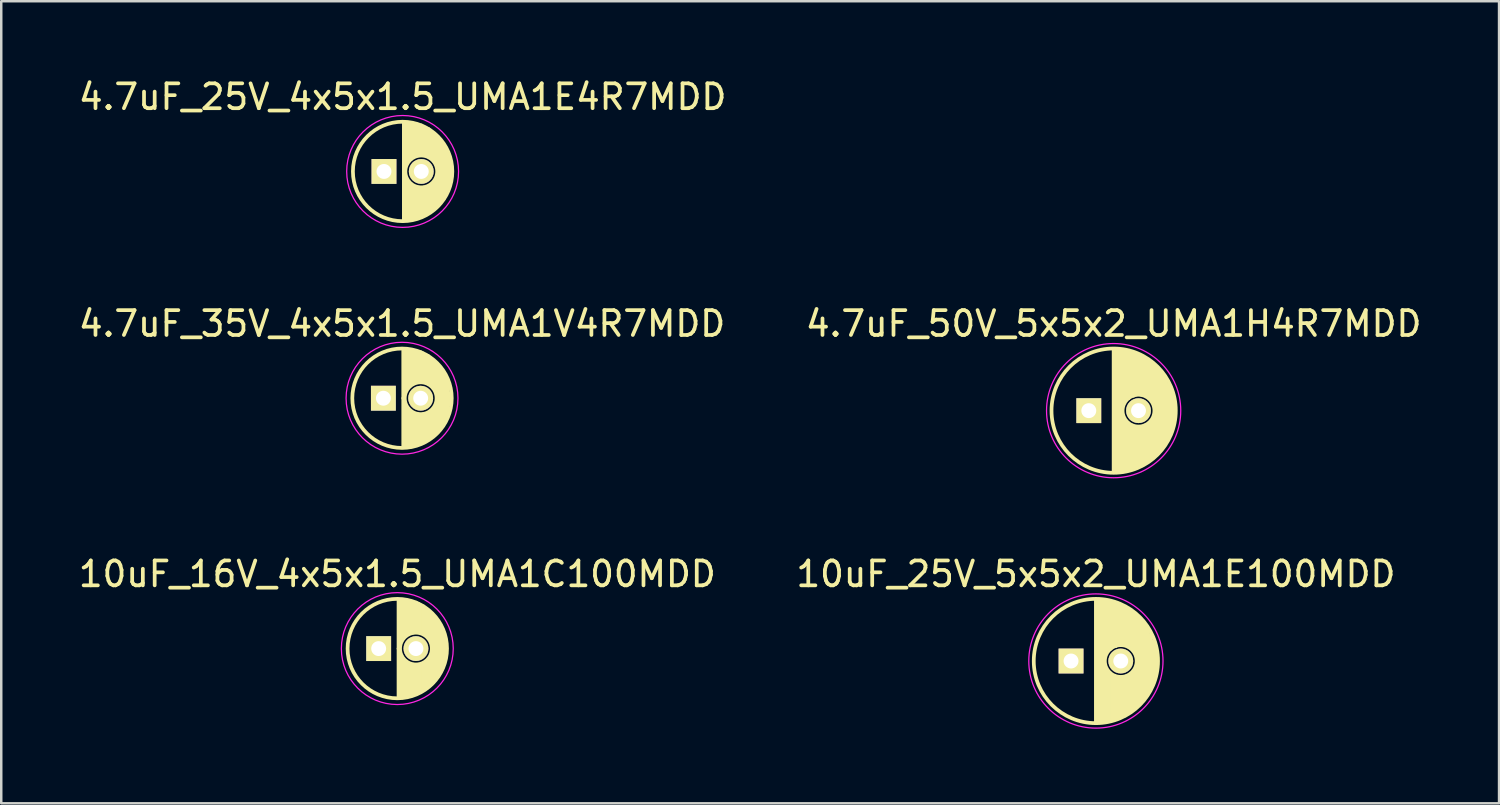
<source format=kicad_pcb>
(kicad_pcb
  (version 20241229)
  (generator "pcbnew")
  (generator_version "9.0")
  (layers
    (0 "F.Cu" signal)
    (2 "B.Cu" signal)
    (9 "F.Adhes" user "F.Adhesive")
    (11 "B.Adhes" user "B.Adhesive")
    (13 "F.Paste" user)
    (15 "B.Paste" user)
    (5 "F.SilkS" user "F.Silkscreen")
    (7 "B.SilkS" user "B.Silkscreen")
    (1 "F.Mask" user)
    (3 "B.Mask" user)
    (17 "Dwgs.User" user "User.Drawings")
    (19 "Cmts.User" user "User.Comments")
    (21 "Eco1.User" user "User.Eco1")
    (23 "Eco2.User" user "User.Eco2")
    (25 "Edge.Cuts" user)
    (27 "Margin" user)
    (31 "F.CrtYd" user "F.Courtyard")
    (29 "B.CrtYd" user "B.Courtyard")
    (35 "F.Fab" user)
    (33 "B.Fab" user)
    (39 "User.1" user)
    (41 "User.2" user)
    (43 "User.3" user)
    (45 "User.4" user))
  (footprint "4.7uF_25V_4x5x1.5_UMA1E4R7MDD"
    (layer "F.Cu")
    (at 13.149 3.848)
    (property "Reference" "4.7uF_25V_4x5x1.5_UMA1E4R7MDD" (at 0 -3 0) (layer "F.SilkS") (effects (font (size 1 1) (thickness 0.15))))
    (attr through_hole)
    (fp_line (start 0.05 0) (end 0.05 -1.95) (stroke (width 0.15) (type solid)) (layer "F.SilkS"))
    (fp_line (start 0.05 0) (end 0.05 1.95) (stroke (width 0.15) (type solid)) (layer "F.SilkS"))
    (fp_line (start 0.15 -1.95) (end 0.15 -0.35) (stroke (width 0.15) (type solid)) (layer "F.SilkS"))
    (fp_line (start 0.15 0.3) (end 0.15 1.95) (stroke (width 0.15) (type solid)) (layer "F.SilkS"))
    (fp_line (start 0.25 -0.5) (end 0.25 -1.9) (stroke (width 0.15) (type solid)) (layer "F.SilkS"))
    (fp_line (start 0.25 1.95) (end 0.25 0.45) (stroke (width 0.15) (type solid)) (layer "F.SilkS"))
    (fp_line (start 0.35 -1.95) (end 0.35 -0.55) (stroke (width 0.15) (type solid)) (layer "F.SilkS"))
    (fp_line (start 0.35 0.55) (end 0.35 1.95) (stroke (width 0.15) (type solid)) (layer "F.SilkS"))
    (fp_line (start 0.45 -0.6) (end 0.45 -1.9) (stroke (width 0.15) (type solid)) (layer "F.SilkS"))
    (fp_line (start 0.45 1.9) (end 0.45 0.6) (stroke (width 0.15) (type solid)) (layer "F.SilkS"))
    (fp_line (start 0.55 -1.9) (end 0.55 -0.7) (stroke (width 0.15) (type solid)) (layer "F.SilkS"))
    (fp_line (start 0.55 0.65) (end 0.55 1.85) (stroke (width 0.15) (type solid)) (layer "F.SilkS"))
    (fp_line (start 0.65 -0.65) (end 0.65 -1.85) (stroke (width 0.15) (type solid)) (layer "F.SilkS"))
    (fp_line (start 0.65 1.85) (end 0.65 0.65) (stroke (width 0.15) (type solid)) (layer "F.SilkS"))
    (fp_line (start 0.75 -1.85) (end 0.75 -0.7) (stroke (width 0.15) (type solid)) (layer "F.SilkS"))
    (fp_line (start 0.75 1.8) (end 0.75 0.7) (stroke (width 0.15) (type solid)) (layer "F.SilkS"))
    (fp_line (start 0.85 -1.8) (end 0.85 -0.7) (stroke (width 0.15) (type solid)) (layer "F.SilkS"))
    (fp_line (start 0.85 0.65) (end 0.85 1.75) (stroke (width 0.15) (type solid)) (layer "F.SilkS"))
    (fp_line (start 0.95 -0.65) (end 0.95 -1.7) (stroke (width 0.15) (type solid)) (layer "F.SilkS"))
    (fp_line (start 0.95 1.7) (end 0.95 0.7) (stroke (width 0.15) (type solid)) (layer "F.SilkS"))
    (fp_line (start 1.05 -1.7) (end 1.05 -0.6) (stroke (width 0.15) (type solid)) (layer "F.SilkS"))
    (fp_line (start 1.05 0.6) (end 1.05 1.65) (stroke (width 0.15) (type solid)) (layer "F.SilkS"))
    (fp_line (start 1.15 -0.55) (end 1.15 -1.6) (stroke (width 0.15) (type solid)) (layer "F.SilkS"))
    (fp_line (start 1.15 1.6) (end 1.15 0.55) (stroke (width 0.15) (type solid)) (layer "F.SilkS"))
    (fp_line (start 1.25 -1.5) (end 1.25 -0.5) (stroke (width 0.15) (type solid)) (layer "F.SilkS"))
    (fp_line (start 1.25 0.45) (end 1.25 1.5) (stroke (width 0.15) (type solid)) (layer "F.SilkS"))
    (fp_line (start 1.35 -0.3) (end 1.35 -1.4) (stroke (width 0.15) (type solid)) (layer "F.SilkS"))
    (fp_line (start 1.35 1.45) (end 1.35 0.3) (stroke (width 0.15) (type solid)) (layer "F.SilkS"))
    (fp_line (start 1.45 1.35) (end 1.45 -1.3) (stroke (width 0.15) (type solid)) (layer "F.SilkS"))
    (fp_line (start 1.55 -1.2) (end 1.55 1.2) (stroke (width 0.15) (type solid)) (layer "F.SilkS"))
    (fp_line (start 1.65 1.1) (end 1.65 -1.05) (stroke (width 0.15) (type solid)) (layer "F.SilkS"))
    (fp_line (start 1.75 -0.85) (end 1.75 0.85) (stroke (width 0.15) (type solid)) (layer "F.SilkS"))
    (fp_line (start 1.85 0.65) (end 1.85 -0.65) (stroke (width 0.15) (type solid)) (layer "F.SilkS"))
    (fp_line (start 1.95 -0.2) (end 1.95 0.25) (stroke (width 0.15) (type solid)) (layer "F.SilkS"))
    (fp_circle (center 0 0) (end 0 2) (stroke (width 0.15) (type solid)) (fill no) (layer "F.SilkS"))
    (fp_circle (center 0.75 0) (end 1.15 0.5) (stroke (width 0.15) (type solid)) (fill no) (layer "F.SilkS"))
    (fp_circle (center 0 0) (end 0.05 2.25) (stroke (width 0.05) (type solid)) (fill no) (layer "F.CrtYd"))
    (pad "1" thru_hole rect (at -0.75 0) (size 1 1) (drill 0.6) (layers "*.Cu" "*.Mask" "F.SilkS"))
    (pad "2" thru_hole circle (at 0.75 0) (size 1 1) (drill 0.6) (layers "*.Cu" "*.Mask" "F.SilkS")))
  (footprint "10uF_25V_5x5x2_UMA1E100MDD"
    (layer "F.Cu")
    (at 41.042 23.545)
    (property "Reference" "10uF_25V_5x5x2_UMA1E100MDD" (at 0 -3.5 0) (layer "F.SilkS") (effects (font (size 1 1) (thickness 0.15))))
    (attr through_hole)
    (fp_line (start 0 -2.45) (end 0 2.45) (stroke (width 0.15) (type solid)) (layer "F.SilkS"))
    (fp_line (start 0.1 2.45) (end 0.1 -2.45) (stroke (width 0.15) (type solid)) (layer "F.SilkS"))
    (fp_line (start 0.2 -2.45) (end 0.2 2.45) (stroke (width 0.15) (type solid)) (layer "F.SilkS"))
    (fp_line (start 0.3 2.45) (end 0.3 -2.4) (stroke (width 0.15) (type solid)) (layer "F.SilkS"))
    (fp_line (start 0.35 0.25) (end 0.35 2.45) (stroke (width 0.15) (type solid)) (layer "F.SilkS"))
    (fp_line (start 0.4 -2.4) (end 0.4 -0.35) (stroke (width 0.15) (type solid)) (layer "F.SilkS"))
    (fp_line (start 0.45 2.4) (end 0.45 0.4) (stroke (width 0.15) (type solid)) (layer "F.SilkS"))
    (fp_line (start 0.5 -0.45) (end 0.5 -2.4) (stroke (width 0.15) (type solid)) (layer "F.SilkS"))
    (fp_line (start 0.55 0.5) (end 0.55 2.35) (stroke (width 0.15) (type solid)) (layer "F.SilkS"))
    (fp_line (start 0.6 -2.35) (end 0.6 -0.5) (stroke (width 0.15) (type solid)) (layer "F.SilkS"))
    (fp_line (start 0.65 0.6) (end 0.65 2.35) (stroke (width 0.15) (type solid)) (layer "F.SilkS"))
    (fp_line (start 0.7 -0.6) (end 0.7 -2.35) (stroke (width 0.15) (type solid)) (layer "F.SilkS"))
    (fp_line (start 0.75 0.6) (end 0.75 2.3) (stroke (width 0.15) (type solid)) (layer "F.SilkS"))
    (fp_line (start 0.8 -2.3) (end 0.8 -0.6) (stroke (width 0.15) (type solid)) (layer "F.SilkS"))
    (fp_line (start 0.85 0.65) (end 0.85 2.3) (stroke (width 0.15) (type solid)) (layer "F.SilkS"))
    (fp_line (start 0.9 -0.65) (end 0.9 -2.25) (stroke (width 0.15) (type solid)) (layer "F.SilkS"))
    (fp_line (start 0.95 2.25) (end 0.95 0.65) (stroke (width 0.15) (type solid)) (layer "F.SilkS"))
    (fp_line (start 1 -2.25) (end 1 -0.7) (stroke (width 0.15) (type solid)) (layer "F.SilkS"))
    (fp_line (start 1.05 0.65) (end 1.05 2.2) (stroke (width 0.15) (type solid)) (layer "F.SilkS"))
    (fp_line (start 1.1 -0.65) (end 1.1 -2.15) (stroke (width 0.15) (type solid)) (layer "F.SilkS"))
    (fp_line (start 1.15 2.2) (end 1.15 0.65) (stroke (width 0.15) (type solid)) (layer "F.SilkS"))
    (fp_line (start 1.2 -2.15) (end 1.2 -0.7) (stroke (width 0.15) (type solid)) (layer "F.SilkS"))
    (fp_line (start 1.25 0.6) (end 1.25 2.1) (stroke (width 0.15) (type solid)) (layer "F.SilkS"))
    (fp_line (start 1.3 -0.6) (end 1.3 -2.05) (stroke (width 0.15) (type solid)) (layer "F.SilkS"))
    (fp_line (start 1.3 0.6) (end 1.3 2.1) (stroke (width 0.15) (type solid)) (layer "F.SilkS"))
    (fp_line (start 1.4 -2) (end 1.4 -0.55) (stroke (width 0.15) (type solid)) (layer "F.SilkS"))
    (fp_line (start 1.4 2) (end 1.4 0.55) (stroke (width 0.15) (type solid)) (layer "F.SilkS"))
    (fp_line (start 1.5 -1.95) (end 1.5 -0.5) (stroke (width 0.15) (type solid)) (layer "F.SilkS"))
    (fp_line (start 1.5 0.45) (end 1.5 1.95) (stroke (width 0.15) (type solid)) (layer "F.SilkS"))
    (fp_line (start 1.6 -1.85) (end 1.6 -0.35) (stroke (width 0.15) (type solid)) (layer "F.SilkS"))
    (fp_line (start 1.6 0.35) (end 1.6 1.85) (stroke (width 0.15) (type solid)) (layer "F.SilkS"))
    (fp_line (start 1.7 -1.75) (end 1.7 1.75) (stroke (width 0.15) (type solid)) (layer "F.SilkS"))
    (fp_line (start 1.8 1.7) (end 1.8 -1.7) (stroke (width 0.15) (type solid)) (layer "F.SilkS"))
    (fp_line (start 1.9 -1.55) (end 1.9 1.55) (stroke (width 0.15) (type solid)) (layer "F.SilkS"))
    (fp_line (start 2 1.45) (end 2 -1.4) (stroke (width 0.15) (type solid)) (layer "F.SilkS"))
    (fp_line (start 2.1 -1.25) (end 2.1 1.25) (stroke (width 0.15) (type solid)) (layer "F.SilkS"))
    (fp_line (start 2.2 1.1) (end 2.2 -1.05) (stroke (width 0.15) (type solid)) (layer "F.SilkS"))
    (fp_line (start 2.3 -0.8) (end 2.3 0.85) (stroke (width 0.15) (type solid)) (layer "F.SilkS"))
    (fp_line (start 2.4 0.55) (end 2.4 -0.55) (stroke (width 0.15) (type solid)) (layer "F.SilkS"))
    (fp_circle (center 0 0) (end 0 2.5) (stroke (width 0.15) (type solid)) (fill no) (layer "F.SilkS"))
    (fp_circle (center 1 0) (end 1.4 0.5) (stroke (width 0.15) (type solid)) (fill no) (layer "F.SilkS"))
    (fp_circle (center 0 0) (end 0 2.7) (stroke (width 0.05) (type solid)) (fill no) (layer "F.CrtYd"))
    (pad "1" thru_hole rect (at -1 0) (size 1 1) (drill 0.6) (layers "*.Cu" "*.Mask" "F.SilkS"))
    (pad "2" thru_hole circle (at 1 0) (size 1 1) (drill 0.6) (layers "*.Cu" "*.Mask" "F.SilkS")))
  (footprint "10uF_16V_4x5x1.5_UMA1C100MDD"
    (layer "F.Cu")
    (at 12.935 23.045)
    (property "Reference" "10uF_16V_4x5x1.5_UMA1C100MDD" (at 0 -3 0) (layer "F.SilkS") (effects (font (size 1 1) (thickness 0.15))))
    (attr through_hole)
    (fp_line (start 0.05 0) (end 0.05 -1.95) (stroke (width 0.15) (type solid)) (layer "F.SilkS"))
    (fp_line (start 0.05 0) (end 0.05 1.95) (stroke (width 0.15) (type solid)) (layer "F.SilkS"))
    (fp_line (start 0.15 -1.95) (end 0.15 -0.35) (stroke (width 0.15) (type solid)) (layer "F.SilkS"))
    (fp_line (start 0.15 0.3) (end 0.15 1.95) (stroke (width 0.15) (type solid)) (layer "F.SilkS"))
    (fp_line (start 0.25 -0.5) (end 0.25 -1.9) (stroke (width 0.15) (type solid)) (layer "F.SilkS"))
    (fp_line (start 0.25 1.95) (end 0.25 0.45) (stroke (width 0.15) (type solid)) (layer "F.SilkS"))
    (fp_line (start 0.35 -1.95) (end 0.35 -0.55) (stroke (width 0.15) (type solid)) (layer "F.SilkS"))
    (fp_line (start 0.35 0.55) (end 0.35 1.95) (stroke (width 0.15) (type solid)) (layer "F.SilkS"))
    (fp_line (start 0.45 -0.6) (end 0.45 -1.9) (stroke (width 0.15) (type solid)) (layer "F.SilkS"))
    (fp_line (start 0.45 1.9) (end 0.45 0.6) (stroke (width 0.15) (type solid)) (layer "F.SilkS"))
    (fp_line (start 0.55 -1.9) (end 0.55 -0.7) (stroke (width 0.15) (type solid)) (layer "F.SilkS"))
    (fp_line (start 0.55 0.65) (end 0.55 1.85) (stroke (width 0.15) (type solid)) (layer "F.SilkS"))
    (fp_line (start 0.65 -0.65) (end 0.65 -1.85) (stroke (width 0.15) (type solid)) (layer "F.SilkS"))
    (fp_line (start 0.65 1.85) (end 0.65 0.65) (stroke (width 0.15) (type solid)) (layer "F.SilkS"))
    (fp_line (start 0.75 -1.85) (end 0.75 -0.7) (stroke (width 0.15) (type solid)) (layer "F.SilkS"))
    (fp_line (start 0.75 1.8) (end 0.75 0.7) (stroke (width 0.15) (type solid)) (layer "F.SilkS"))
    (fp_line (start 0.85 -1.8) (end 0.85 -0.7) (stroke (width 0.15) (type solid)) (layer "F.SilkS"))
    (fp_line (start 0.85 0.65) (end 0.85 1.75) (stroke (width 0.15) (type solid)) (layer "F.SilkS"))
    (fp_line (start 0.95 -0.65) (end 0.95 -1.7) (stroke (width 0.15) (type solid)) (layer "F.SilkS"))
    (fp_line (start 0.95 1.7) (end 0.95 0.7) (stroke (width 0.15) (type solid)) (layer "F.SilkS"))
    (fp_line (start 1.05 -1.7) (end 1.05 -0.6) (stroke (width 0.15) (type solid)) (layer "F.SilkS"))
    (fp_line (start 1.05 0.6) (end 1.05 1.65) (stroke (width 0.15) (type solid)) (layer "F.SilkS"))
    (fp_line (start 1.15 -0.55) (end 1.15 -1.6) (stroke (width 0.15) (type solid)) (layer "F.SilkS"))
    (fp_line (start 1.15 1.6) (end 1.15 0.55) (stroke (width 0.15) (type solid)) (layer "F.SilkS"))
    (fp_line (start 1.25 -1.5) (end 1.25 -0.5) (stroke (width 0.15) (type solid)) (layer "F.SilkS"))
    (fp_line (start 1.25 0.45) (end 1.25 1.5) (stroke (width 0.15) (type solid)) (layer "F.SilkS"))
    (fp_line (start 1.35 -0.3) (end 1.35 -1.4) (stroke (width 0.15) (type solid)) (layer "F.SilkS"))
    (fp_line (start 1.35 1.45) (end 1.35 0.3) (stroke (width 0.15) (type solid)) (layer "F.SilkS"))
    (fp_line (start 1.45 1.35) (end 1.45 -1.3) (stroke (width 0.15) (type solid)) (layer "F.SilkS"))
    (fp_line (start 1.55 -1.2) (end 1.55 1.2) (stroke (width 0.15) (type solid)) (layer "F.SilkS"))
    (fp_line (start 1.65 1.1) (end 1.65 -1.05) (stroke (width 0.15) (type solid)) (layer "F.SilkS"))
    (fp_line (start 1.75 -0.85) (end 1.75 0.85) (stroke (width 0.15) (type solid)) (layer "F.SilkS"))
    (fp_line (start 1.85 0.65) (end 1.85 -0.65) (stroke (width 0.15) (type solid)) (layer "F.SilkS"))
    (fp_line (start 1.95 -0.2) (end 1.95 0.25) (stroke (width 0.15) (type solid)) (layer "F.SilkS"))
    (fp_circle (center 0 0) (end 0 2) (stroke (width 0.15) (type solid)) (fill no) (layer "F.SilkS"))
    (fp_circle (center 0.75 0) (end 1.15 0.5) (stroke (width 0.15) (type solid)) (fill no) (layer "F.SilkS"))
    (fp_circle (center 0 0) (end 0.05 2.25) (stroke (width 0.05) (type solid)) (fill no) (layer "F.CrtYd"))
    (pad "1" thru_hole rect (at -0.75 0) (size 1 1) (drill 0.6) (layers "*.Cu" "*.Mask" "F.SilkS"))
    (pad "2" thru_hole circle (at 0.75 0) (size 1 1) (drill 0.6) (layers "*.Cu" "*.Mask" "F.SilkS")))
  (footprint "4.7uF_35V_4x5x1.5_UMA1V4R7MDD"
    (layer "F.Cu")
    (at 13.125 12.972)
    (property "Reference" "4.7uF_35V_4x5x1.5_UMA1V4R7MDD" (at 0 -3 0) (layer "F.SilkS") (effects (font (size 1 1) (thickness 0.15))))
    (attr through_hole)
    (fp_line (start 0.05 0) (end 0.05 -1.95) (stroke (width 0.15) (type solid)) (layer "F.SilkS"))
    (fp_line (start 0.05 0) (end 0.05 1.95) (stroke (width 0.15) (type solid)) (layer "F.SilkS"))
    (fp_line (start 0.15 -1.95) (end 0.15 -0.35) (stroke (width 0.15) (type solid)) (layer "F.SilkS"))
    (fp_line (start 0.15 0.3) (end 0.15 1.95) (stroke (width 0.15) (type solid)) (layer "F.SilkS"))
    (fp_line (start 0.25 -0.5) (end 0.25 -1.9) (stroke (width 0.15) (type solid)) (layer "F.SilkS"))
    (fp_line (start 0.25 1.95) (end 0.25 0.45) (stroke (width 0.15) (type solid)) (layer "F.SilkS"))
    (fp_line (start 0.35 -1.95) (end 0.35 -0.55) (stroke (width 0.15) (type solid)) (layer "F.SilkS"))
    (fp_line (start 0.35 0.55) (end 0.35 1.95) (stroke (width 0.15) (type solid)) (layer "F.SilkS"))
    (fp_line (start 0.45 -0.6) (end 0.45 -1.9) (stroke (width 0.15) (type solid)) (layer "F.SilkS"))
    (fp_line (start 0.45 1.9) (end 0.45 0.6) (stroke (width 0.15) (type solid)) (layer "F.SilkS"))
    (fp_line (start 0.55 -1.9) (end 0.55 -0.7) (stroke (width 0.15) (type solid)) (layer "F.SilkS"))
    (fp_line (start 0.55 0.65) (end 0.55 1.85) (stroke (width 0.15) (type solid)) (layer "F.SilkS"))
    (fp_line (start 0.65 -0.65) (end 0.65 -1.85) (stroke (width 0.15) (type solid)) (layer "F.SilkS"))
    (fp_line (start 0.65 1.85) (end 0.65 0.65) (stroke (width 0.15) (type solid)) (layer "F.SilkS"))
    (fp_line (start 0.75 -1.85) (end 0.75 -0.7) (stroke (width 0.15) (type solid)) (layer "F.SilkS"))
    (fp_line (start 0.75 1.8) (end 0.75 0.7) (stroke (width 0.15) (type solid)) (layer "F.SilkS"))
    (fp_line (start 0.85 -1.8) (end 0.85 -0.7) (stroke (width 0.15) (type solid)) (layer "F.SilkS"))
    (fp_line (start 0.85 0.65) (end 0.85 1.75) (stroke (width 0.15) (type solid)) (layer "F.SilkS"))
    (fp_line (start 0.95 -0.65) (end 0.95 -1.7) (stroke (width 0.15) (type solid)) (layer "F.SilkS"))
    (fp_line (start 0.95 1.7) (end 0.95 0.7) (stroke (width 0.15) (type solid)) (layer "F.SilkS"))
    (fp_line (start 1.05 -1.7) (end 1.05 -0.6) (stroke (width 0.15) (type solid)) (layer "F.SilkS"))
    (fp_line (start 1.05 0.6) (end 1.05 1.65) (stroke (width 0.15) (type solid)) (layer "F.SilkS"))
    (fp_line (start 1.15 -0.55) (end 1.15 -1.6) (stroke (width 0.15) (type solid)) (layer "F.SilkS"))
    (fp_line (start 1.15 1.6) (end 1.15 0.55) (stroke (width 0.15) (type solid)) (layer "F.SilkS"))
    (fp_line (start 1.25 -1.5) (end 1.25 -0.5) (stroke (width 0.15) (type solid)) (layer "F.SilkS"))
    (fp_line (start 1.25 0.45) (end 1.25 1.5) (stroke (width 0.15) (type solid)) (layer "F.SilkS"))
    (fp_line (start 1.35 -0.3) (end 1.35 -1.4) (stroke (width 0.15) (type solid)) (layer "F.SilkS"))
    (fp_line (start 1.35 1.45) (end 1.35 0.3) (stroke (width 0.15) (type solid)) (layer "F.SilkS"))
    (fp_line (start 1.45 1.35) (end 1.45 -1.3) (stroke (width 0.15) (type solid)) (layer "F.SilkS"))
    (fp_line (start 1.55 -1.2) (end 1.55 1.2) (stroke (width 0.15) (type solid)) (layer "F.SilkS"))
    (fp_line (start 1.65 1.1) (end 1.65 -1.05) (stroke (width 0.15) (type solid)) (layer "F.SilkS"))
    (fp_line (start 1.75 -0.85) (end 1.75 0.85) (stroke (width 0.15) (type solid)) (layer "F.SilkS"))
    (fp_line (start 1.85 0.65) (end 1.85 -0.65) (stroke (width 0.15) (type solid)) (layer "F.SilkS"))
    (fp_line (start 1.95 -0.2) (end 1.95 0.25) (stroke (width 0.15) (type solid)) (layer "F.SilkS"))
    (fp_circle (center 0 0) (end 0 2) (stroke (width 0.15) (type solid)) (fill no) (layer "F.SilkS"))
    (fp_circle (center 0.75 0) (end 1.15 0.5) (stroke (width 0.15) (type solid)) (fill no) (layer "F.SilkS"))
    (fp_circle (center 0 0) (end 0.05 2.25) (stroke (width 0.05) (type solid)) (fill no) (layer "F.CrtYd"))
    (pad "1" thru_hole rect (at -0.75 0) (size 1 1) (drill 0.6) (layers "*.Cu" "*.Mask" "F.SilkS"))
    (pad "2" thru_hole circle (at 0.75 0) (size 1 1) (drill 0.6) (layers "*.Cu" "*.Mask" "F.SilkS")))
  (footprint "4.7uF_50V_5x5x2_UMA1H4R7MDD"
    (layer "F.Cu")
    (at 41.756 13.472)
    (property "Reference" "4.7uF_50V_5x5x2_UMA1H4R7MDD" (at 0 -3.5 0) (layer "F.SilkS") (effects (font (size 1 1) (thickness 0.15))))
    (attr through_hole)
    (fp_line (start 0 -2.45) (end 0 2.45) (stroke (width 0.15) (type solid)) (layer "F.SilkS"))
    (fp_line (start 0.1 2.45) (end 0.1 -2.45) (stroke (width 0.15) (type solid)) (layer "F.SilkS"))
    (fp_line (start 0.2 -2.45) (end 0.2 2.45) (stroke (width 0.15) (type solid)) (layer "F.SilkS"))
    (fp_line (start 0.3 2.45) (end 0.3 -2.4) (stroke (width 0.15) (type solid)) (layer "F.SilkS"))
    (fp_line (start 0.35 0.25) (end 0.35 2.45) (stroke (width 0.15) (type solid)) (layer "F.SilkS"))
    (fp_line (start 0.4 -2.4) (end 0.4 -0.35) (stroke (width 0.15) (type solid)) (layer "F.SilkS"))
    (fp_line (start 0.45 2.4) (end 0.45 0.4) (stroke (width 0.15) (type solid)) (layer "F.SilkS"))
    (fp_line (start 0.5 -0.45) (end 0.5 -2.4) (stroke (width 0.15) (type solid)) (layer "F.SilkS"))
    (fp_line (start 0.55 0.5) (end 0.55 2.35) (stroke (width 0.15) (type solid)) (layer "F.SilkS"))
    (fp_line (start 0.6 -2.35) (end 0.6 -0.5) (stroke (width 0.15) (type solid)) (layer "F.SilkS"))
    (fp_line (start 0.65 0.6) (end 0.65 2.35) (stroke (width 0.15) (type solid)) (layer "F.SilkS"))
    (fp_line (start 0.7 -0.6) (end 0.7 -2.35) (stroke (width 0.15) (type solid)) (layer "F.SilkS"))
    (fp_line (start 0.75 0.6) (end 0.75 2.3) (stroke (width 0.15) (type solid)) (layer "F.SilkS"))
    (fp_line (start 0.8 -2.3) (end 0.8 -0.6) (stroke (width 0.15) (type solid)) (layer "F.SilkS"))
    (fp_line (start 0.85 0.65) (end 0.85 2.3) (stroke (width 0.15) (type solid)) (layer "F.SilkS"))
    (fp_line (start 0.9 -0.65) (end 0.9 -2.25) (stroke (width 0.15) (type solid)) (layer "F.SilkS"))
    (fp_line (start 0.95 2.25) (end 0.95 0.65) (stroke (width 0.15) (type solid)) (layer "F.SilkS"))
    (fp_line (start 1 -2.25) (end 1 -0.7) (stroke (width 0.15) (type solid)) (layer "F.SilkS"))
    (fp_line (start 1.05 0.65) (end 1.05 2.2) (stroke (width 0.15) (type solid)) (layer "F.SilkS"))
    (fp_line (start 1.1 -0.65) (end 1.1 -2.15) (stroke (width 0.15) (type solid)) (layer "F.SilkS"))
    (fp_line (start 1.15 2.2) (end 1.15 0.65) (stroke (width 0.15) (type solid)) (layer "F.SilkS"))
    (fp_line (start 1.2 -2.15) (end 1.2 -0.7) (stroke (width 0.15) (type solid)) (layer "F.SilkS"))
    (fp_line (start 1.25 0.6) (end 1.25 2.1) (stroke (width 0.15) (type solid)) (layer "F.SilkS"))
    (fp_line (start 1.3 -0.6) (end 1.3 -2.05) (stroke (width 0.15) (type solid)) (layer "F.SilkS"))
    (fp_line (start 1.3 0.6) (end 1.3 2.1) (stroke (width 0.15) (type solid)) (layer "F.SilkS"))
    (fp_line (start 1.4 -2) (end 1.4 -0.55) (stroke (width 0.15) (type solid)) (layer "F.SilkS"))
    (fp_line (start 1.4 2) (end 1.4 0.55) (stroke (width 0.15) (type solid)) (layer "F.SilkS"))
    (fp_line (start 1.5 -1.95) (end 1.5 -0.5) (stroke (width 0.15) (type solid)) (layer "F.SilkS"))
    (fp_line (start 1.5 0.45) (end 1.5 1.95) (stroke (width 0.15) (type solid)) (layer "F.SilkS"))
    (fp_line (start 1.6 -1.85) (end 1.6 -0.35) (stroke (width 0.15) (type solid)) (layer "F.SilkS"))
    (fp_line (start 1.6 0.35) (end 1.6 1.85) (stroke (width 0.15) (type solid)) (layer "F.SilkS"))
    (fp_line (start 1.7 -1.75) (end 1.7 1.75) (stroke (width 0.15) (type solid)) (layer "F.SilkS"))
    (fp_line (start 1.8 1.7) (end 1.8 -1.7) (stroke (width 0.15) (type solid)) (layer "F.SilkS"))
    (fp_line (start 1.9 -1.55) (end 1.9 1.55) (stroke (width 0.15) (type solid)) (layer "F.SilkS"))
    (fp_line (start 2 1.45) (end 2 -1.4) (stroke (width 0.15) (type solid)) (layer "F.SilkS"))
    (fp_line (start 2.1 -1.25) (end 2.1 1.25) (stroke (width 0.15) (type solid)) (layer "F.SilkS"))
    (fp_line (start 2.2 1.1) (end 2.2 -1.05) (stroke (width 0.15) (type solid)) (layer "F.SilkS"))
    (fp_line (start 2.3 -0.8) (end 2.3 0.85) (stroke (width 0.15) (type solid)) (layer "F.SilkS"))
    (fp_line (start 2.4 0.55) (end 2.4 -0.55) (stroke (width 0.15) (type solid)) (layer "F.SilkS"))
    (fp_circle (center 0 0) (end 0 2.5) (stroke (width 0.15) (type solid)) (fill no) (layer "F.SilkS"))
    (fp_circle (center 1 0) (end 1.4 0.5) (stroke (width 0.15) (type solid)) (fill no) (layer "F.SilkS"))
    (fp_circle (center 0 0) (end 0 2.7) (stroke (width 0.05) (type solid)) (fill no) (layer "F.CrtYd"))
    (pad "1" thru_hole rect (at -1 0) (size 1 1) (drill 0.6) (layers "*.Cu" "*.Mask" "F.SilkS"))
    (pad "2" thru_hole circle (at 1 0) (size 1 1) (drill 0.6) (layers "*.Cu" "*.Mask" "F.SilkS")))
  (gr_rect
    (start -3 -3)
    (end 57.262 29.27)
    (stroke (width 0.1) (type default))
    (fill no)
    (layer "Edge.Cuts")))
</source>
